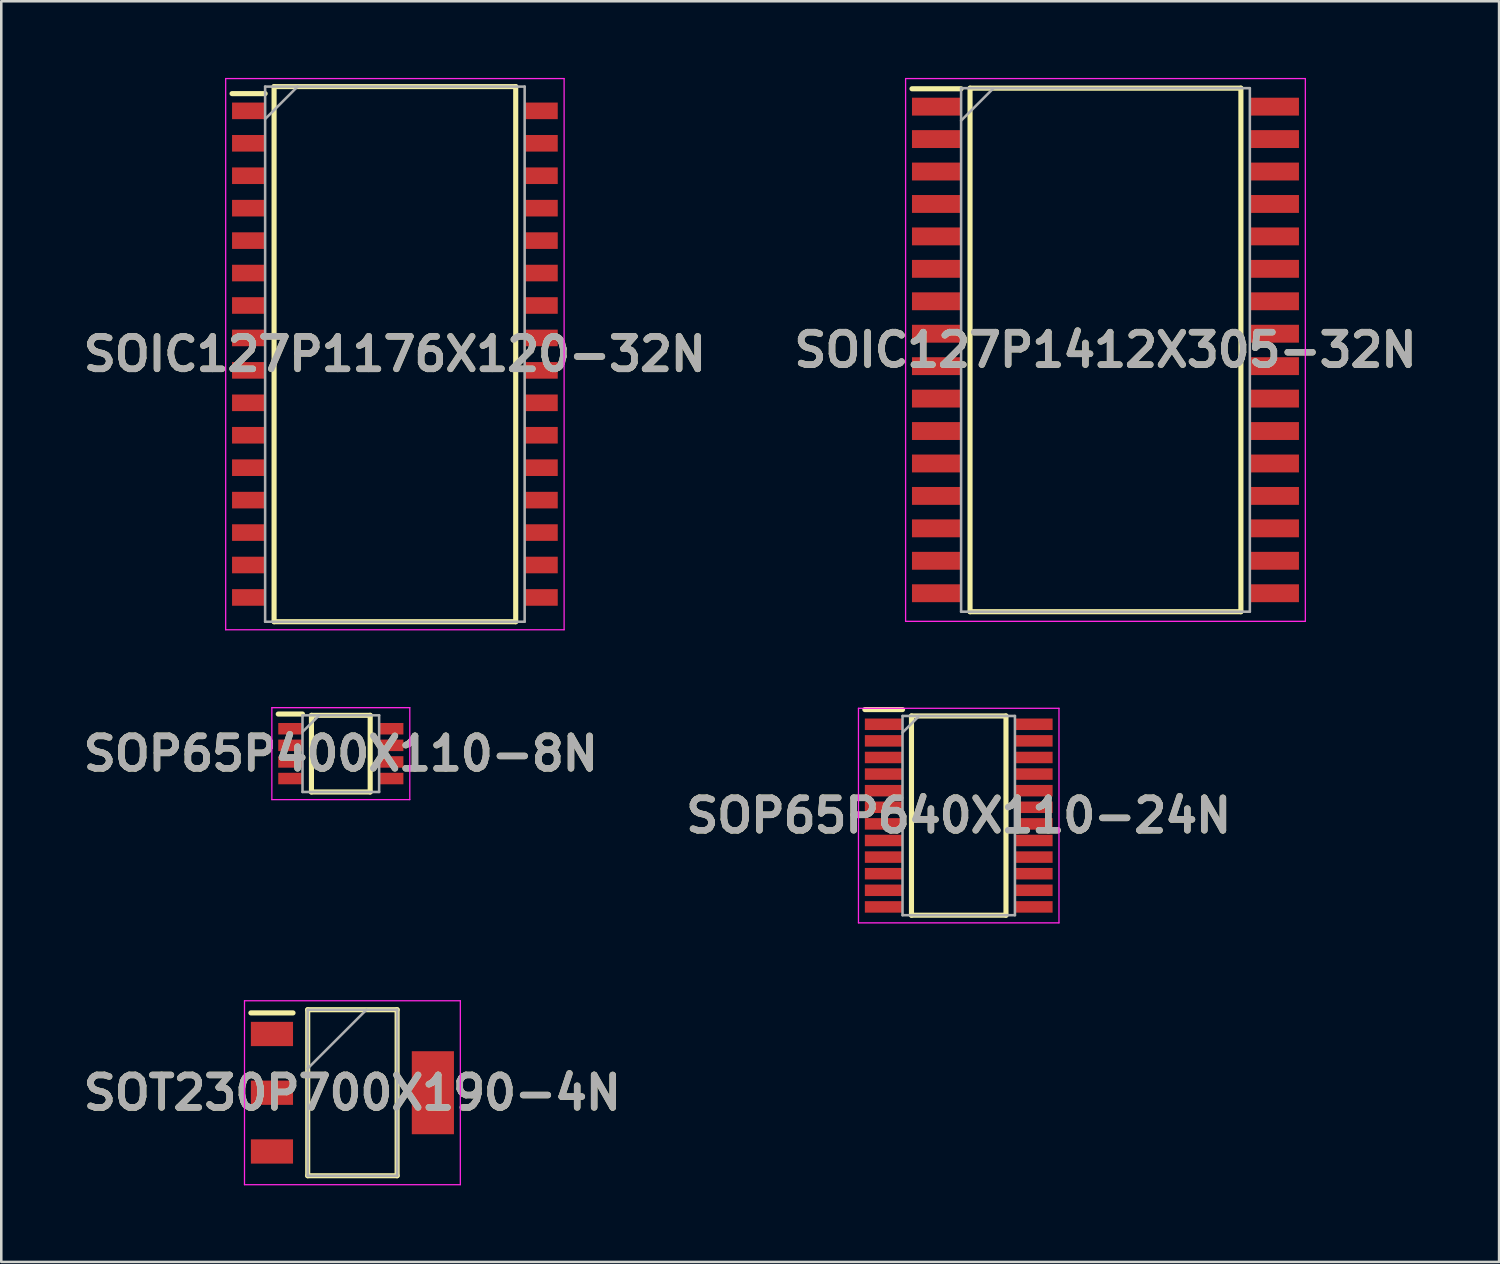
<source format=kicad_pcb>
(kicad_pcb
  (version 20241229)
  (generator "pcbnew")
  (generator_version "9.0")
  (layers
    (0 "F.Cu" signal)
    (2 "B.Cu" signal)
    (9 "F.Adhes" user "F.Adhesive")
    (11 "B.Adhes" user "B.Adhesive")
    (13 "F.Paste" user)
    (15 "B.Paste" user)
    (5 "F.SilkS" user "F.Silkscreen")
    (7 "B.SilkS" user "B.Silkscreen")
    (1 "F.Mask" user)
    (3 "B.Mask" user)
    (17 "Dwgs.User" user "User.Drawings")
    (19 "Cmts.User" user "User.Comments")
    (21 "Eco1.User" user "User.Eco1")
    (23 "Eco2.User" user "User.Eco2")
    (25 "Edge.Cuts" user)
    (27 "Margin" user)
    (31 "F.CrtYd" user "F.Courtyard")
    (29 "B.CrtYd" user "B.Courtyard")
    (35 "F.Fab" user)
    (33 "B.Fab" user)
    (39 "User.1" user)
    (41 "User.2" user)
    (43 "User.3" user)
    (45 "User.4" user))
  (footprint "SOP65P400X110-8N"
    (layer "F.Cu")
    (at 10.293 26.455)
    (property "Reference" "SOP65P400X110-8N" (at 0 0 0) (layer "F.SilkS") (effects (font (size 1.27 1.27) (thickness 0.254))))
    (attr smd)
    (fp_line (start -2.45 -1.55) (end -1.5 -1.55) (stroke (width 0.2) (type solid)) (layer "F.SilkS"))
    (fp_line (start -1.15 -1.5) (end 1.15 -1.5) (stroke (width 0.2) (type solid)) (layer "F.SilkS"))
    (fp_line (start -1.15 1.5) (end -1.15 -1.5) (stroke (width 0.2) (type solid)) (layer "F.SilkS"))
    (fp_line (start 1.15 -1.5) (end 1.15 1.5) (stroke (width 0.2) (type solid)) (layer "F.SilkS"))
    (fp_line (start 1.15 1.5) (end -1.15 1.5) (stroke (width 0.2) (type solid)) (layer "F.SilkS"))
    (fp_line (start -2.7 -1.8) (end 2.7 -1.8) (stroke (width 0.05) (type solid)) (layer "F.CrtYd"))
    (fp_line (start -2.7 1.8) (end -2.7 -1.8) (stroke (width 0.05) (type solid)) (layer "F.CrtYd"))
    (fp_line (start 2.7 -1.8) (end 2.7 1.8) (stroke (width 0.05) (type solid)) (layer "F.CrtYd"))
    (fp_line (start 2.7 1.8) (end -2.7 1.8) (stroke (width 0.05) (type solid)) (layer "F.CrtYd"))
    (fp_line (start -1.5 -1.5) (end 1.5 -1.5) (stroke (width 0.1) (type solid)) (layer "F.Fab"))
    (fp_line (start -1.5 -0.85) (end -0.85 -1.5) (stroke (width 0.1) (type solid)) (layer "F.Fab"))
    (fp_line (start -1.5 1.5) (end -1.5 -1.5) (stroke (width 0.1) (type solid)) (layer "F.Fab"))
    (fp_line (start 1.5 -1.5) (end 1.5 1.5) (stroke (width 0.1) (type solid)) (layer "F.Fab"))
    (fp_line (start 1.5 1.5) (end -1.5 1.5) (stroke (width 0.1) (type solid)) (layer "F.Fab"))
    (fp_text user "${REFERENCE}" (at 0 0 0) (layer "F.Fab") (effects (font (size 1.27 1.27) (thickness 0.254))))
    (pad "1" smd rect (at -1.975 -0.975 90) (size 0.45 0.95) (layers "F.Cu" "F.Mask" "F.Paste"))
    (pad "2" smd rect (at -1.975 -0.325 90) (size 0.45 0.95) (layers "F.Cu" "F.Mask" "F.Paste"))
    (pad "3" smd rect (at -1.975 0.325 90) (size 0.45 0.95) (layers "F.Cu" "F.Mask" "F.Paste"))
    (pad "4" smd rect (at -1.975 0.975 90) (size 0.45 0.95) (layers "F.Cu" "F.Mask" "F.Paste"))
    (pad "5" smd rect (at 1.975 0.975 90) (size 0.45 0.95) (layers "F.Cu" "F.Mask" "F.Paste"))
    (pad "6" smd rect (at 1.975 0.325 90) (size 0.45 0.95) (layers "F.Cu" "F.Mask" "F.Paste"))
    (pad "7" smd rect (at 1.975 -0.325 90) (size 0.45 0.95) (layers "F.Cu" "F.Mask" "F.Paste"))
    (pad "8" smd rect (at 1.975 -0.975 90) (size 0.45 0.95) (layers "F.Cu" "F.Mask" "F.Paste")))
  (footprint "SOT230P700X190-4N"
    (layer "F.Cu")
    (at 10.747 39.73)
    (property "Reference" "SOT230P700X190-4N" (at 0 0 0) (layer "F.SilkS") (effects (font (size 1.27 1.27) (thickness 0.254))))
    (attr smd)
    (fp_line (start -3.975 -3.125) (end -2.325 -3.125) (stroke (width 0.2) (type solid)) (layer "F.SilkS"))
    (fp_line (start -1.75 -3.25) (end 1.75 -3.25) (stroke (width 0.2) (type solid)) (layer "F.SilkS"))
    (fp_line (start -1.75 3.25) (end -1.75 -3.25) (stroke (width 0.2) (type solid)) (layer "F.SilkS"))
    (fp_line (start 1.75 -3.25) (end 1.75 3.25) (stroke (width 0.2) (type solid)) (layer "F.SilkS"))
    (fp_line (start 1.75 3.25) (end -1.75 3.25) (stroke (width 0.2) (type solid)) (layer "F.SilkS"))
    (fp_line (start -4.225 -3.6) (end 4.225 -3.6) (stroke (width 0.05) (type solid)) (layer "F.CrtYd"))
    (fp_line (start -4.225 3.6) (end -4.225 -3.6) (stroke (width 0.05) (type solid)) (layer "F.CrtYd"))
    (fp_line (start 4.225 -3.6) (end 4.225 3.6) (stroke (width 0.05) (type solid)) (layer "F.CrtYd"))
    (fp_line (start 4.225 3.6) (end -4.225 3.6) (stroke (width 0.05) (type solid)) (layer "F.CrtYd"))
    (fp_line (start -1.75 -3.25) (end 1.75 -3.25) (stroke (width 0.1) (type solid)) (layer "F.Fab"))
    (fp_line (start -1.75 -0.95) (end 0.55 -3.25) (stroke (width 0.1) (type solid)) (layer "F.Fab"))
    (fp_line (start -1.75 3.25) (end -1.75 -3.25) (stroke (width 0.1) (type solid)) (layer "F.Fab"))
    (fp_line (start 1.75 -3.25) (end 1.75 3.25) (stroke (width 0.1) (type solid)) (layer "F.Fab"))
    (fp_line (start 1.75 3.25) (end -1.75 3.25) (stroke (width 0.1) (type solid)) (layer "F.Fab"))
    (fp_text user "${REFERENCE}" (at 0 0 0) (layer "F.Fab") (effects (font (size 1.27 1.27) (thickness 0.254))))
    (pad "1" smd rect (at -3.15 -2.3 90) (size 0.95 1.65) (layers "F.Cu" "F.Mask" "F.Paste"))
    (pad "2" smd rect (at -3.15 0 90) (size 0.95 1.65) (layers "F.Cu" "F.Mask" "F.Paste"))
    (pad "3" smd rect (at -3.15 2.3 90) (size 0.95 1.65) (layers "F.Cu" "F.Mask" "F.Paste"))
    (pad "4" smd rect (at 3.15 0) (size 1.65 3.25) (layers "F.Cu" "F.Mask" "F.Paste")))
  (footprint "SOP65P640X110-24N"
    (layer "F.Cu")
    (at 34.484 28.88)
    (property "Reference" "SOP65P640X110-24N" (at 0 0 0) (layer "F.SilkS") (effects (font (size 1.27 1.27) (thickness 0.254))))
    (attr smd)
    (fp_line (start -3.675 -4.15) (end -2.2 -4.15) (stroke (width 0.2) (type solid)) (layer "F.SilkS"))
    (fp_line (start -1.85 -3.9) (end 1.85 -3.9) (stroke (width 0.2) (type solid)) (layer "F.SilkS"))
    (fp_line (start -1.85 3.9) (end -1.85 -3.9) (stroke (width 0.2) (type solid)) (layer "F.SilkS"))
    (fp_line (start 1.85 -3.9) (end 1.85 3.9) (stroke (width 0.2) (type solid)) (layer "F.SilkS"))
    (fp_line (start 1.85 3.9) (end -1.85 3.9) (stroke (width 0.2) (type solid)) (layer "F.SilkS"))
    (fp_line (start -3.925 -4.2) (end 3.925 -4.2) (stroke (width 0.05) (type solid)) (layer "F.CrtYd"))
    (fp_line (start -3.925 4.2) (end -3.925 -4.2) (stroke (width 0.05) (type solid)) (layer "F.CrtYd"))
    (fp_line (start 3.925 -4.2) (end 3.925 4.2) (stroke (width 0.05) (type solid)) (layer "F.CrtYd"))
    (fp_line (start 3.925 4.2) (end -3.925 4.2) (stroke (width 0.05) (type solid)) (layer "F.CrtYd"))
    (fp_line (start -2.2 -3.9) (end 2.2 -3.9) (stroke (width 0.1) (type solid)) (layer "F.Fab"))
    (fp_line (start -2.2 -3.25) (end -1.55 -3.9) (stroke (width 0.1) (type solid)) (layer "F.Fab"))
    (fp_line (start -2.2 3.9) (end -2.2 -3.9) (stroke (width 0.1) (type solid)) (layer "F.Fab"))
    (fp_line (start 2.2 -3.9) (end 2.2 3.9) (stroke (width 0.1) (type solid)) (layer "F.Fab"))
    (fp_line (start 2.2 3.9) (end -2.2 3.9) (stroke (width 0.1) (type solid)) (layer "F.Fab"))
    (fp_text user "${REFERENCE}" (at 0 0 0) (layer "F.Fab") (effects (font (size 1.27 1.27) (thickness 0.254))))
    (pad "1" smd rect (at -2.938 -3.575 90) (size 0.45 1.475) (layers "F.Cu" "F.Mask" "F.Paste"))
    (pad "2" smd rect (at -2.938 -2.925 90) (size 0.45 1.475) (layers "F.Cu" "F.Mask" "F.Paste"))
    (pad "3" smd rect (at -2.938 -2.275 90) (size 0.45 1.475) (layers "F.Cu" "F.Mask" "F.Paste"))
    (pad "4" smd rect (at -2.938 -1.625 90) (size 0.45 1.475) (layers "F.Cu" "F.Mask" "F.Paste"))
    (pad "5" smd rect (at -2.938 -0.975 90) (size 0.45 1.475) (layers "F.Cu" "F.Mask" "F.Paste"))
    (pad "6" smd rect (at -2.938 -0.325 90) (size 0.45 1.475) (layers "F.Cu" "F.Mask" "F.Paste"))
    (pad "7" smd rect (at -2.938 0.325 90) (size 0.45 1.475) (layers "F.Cu" "F.Mask" "F.Paste"))
    (pad "8" smd rect (at -2.938 0.975 90) (size 0.45 1.475) (layers "F.Cu" "F.Mask" "F.Paste"))
    (pad "9" smd rect (at -2.938 1.625 90) (size 0.45 1.475) (layers "F.Cu" "F.Mask" "F.Paste"))
    (pad "10" smd rect (at -2.938 2.275 90) (size 0.45 1.475) (layers "F.Cu" "F.Mask" "F.Paste"))
    (pad "11" smd rect (at -2.938 2.925 90) (size 0.45 1.475) (layers "F.Cu" "F.Mask" "F.Paste"))
    (pad "12" smd rect (at -2.938 3.575 90) (size 0.45 1.475) (layers "F.Cu" "F.Mask" "F.Paste"))
    (pad "13" smd rect (at 2.938 3.575 90) (size 0.45 1.475) (layers "F.Cu" "F.Mask" "F.Paste"))
    (pad "14" smd rect (at 2.938 2.925 90) (size 0.45 1.475) (layers "F.Cu" "F.Mask" "F.Paste"))
    (pad "15" smd rect (at 2.938 2.275 90) (size 0.45 1.475) (layers "F.Cu" "F.Mask" "F.Paste"))
    (pad "16" smd rect (at 2.938 1.625 90) (size 0.45 1.475) (layers "F.Cu" "F.Mask" "F.Paste"))
    (pad "17" smd rect (at 2.938 0.975 90) (size 0.45 1.475) (layers "F.Cu" "F.Mask" "F.Paste"))
    (pad "18" smd rect (at 2.938 0.325 90) (size 0.45 1.475) (layers "F.Cu" "F.Mask" "F.Paste"))
    (pad "19" smd rect (at 2.938 -0.325 90) (size 0.45 1.475) (layers "F.Cu" "F.Mask" "F.Paste"))
    (pad "20" smd rect (at 2.938 -0.975 90) (size 0.45 1.475) (layers "F.Cu" "F.Mask" "F.Paste"))
    (pad "21" smd rect (at 2.938 -1.625 90) (size 0.45 1.475) (layers "F.Cu" "F.Mask" "F.Paste"))
    (pad "22" smd rect (at 2.938 -2.275 90) (size 0.45 1.475) (layers "F.Cu" "F.Mask" "F.Paste"))
    (pad "23" smd rect (at 2.938 -2.925 90) (size 0.45 1.475) (layers "F.Cu" "F.Mask" "F.Paste"))
    (pad "24" smd rect (at 2.938 -3.575 90) (size 0.45 1.475) (layers "F.Cu" "F.Mask" "F.Paste")))
  (footprint "SOIC127P1176X120-32N"
    (layer "F.Cu")
    (at 12.41 10.815)
    (property "Reference" "SOIC127P1176X120-32N" (at 0 0 0) (layer "F.SilkS") (effects (font (size 1.27 1.27) (thickness 0.254))))
    (attr smd)
    (fp_line (start -6.375 -10.2) (end -5.08 -10.2) (stroke (width 0.2) (type solid)) (layer "F.SilkS"))
    (fp_line (start -4.73 -10.475) (end 4.73 -10.475) (stroke (width 0.2) (type solid)) (layer "F.SilkS"))
    (fp_line (start -4.73 10.475) (end -4.73 -10.475) (stroke (width 0.2) (type solid)) (layer "F.SilkS"))
    (fp_line (start 4.73 -10.475) (end 4.73 10.475) (stroke (width 0.2) (type solid)) (layer "F.SilkS"))
    (fp_line (start 4.73 10.475) (end -4.73 10.475) (stroke (width 0.2) (type solid)) (layer "F.SilkS"))
    (fp_line (start -6.625 -10.79) (end 6.625 -10.79) (stroke (width 0.05) (type solid)) (layer "F.CrtYd"))
    (fp_line (start -6.625 10.79) (end -6.625 -10.79) (stroke (width 0.05) (type solid)) (layer "F.CrtYd"))
    (fp_line (start 6.625 -10.79) (end 6.625 10.79) (stroke (width 0.05) (type solid)) (layer "F.CrtYd"))
    (fp_line (start 6.625 10.79) (end -6.625 10.79) (stroke (width 0.05) (type solid)) (layer "F.CrtYd"))
    (fp_line (start -5.08 -10.475) (end 5.08 -10.475) (stroke (width 0.1) (type solid)) (layer "F.Fab"))
    (fp_line (start -5.08 -9.205) (end -3.81 -10.475) (stroke (width 0.1) (type solid)) (layer "F.Fab"))
    (fp_line (start -5.08 10.475) (end -5.08 -10.475) (stroke (width 0.1) (type solid)) (layer "F.Fab"))
    (fp_line (start 5.08 -10.475) (end 5.08 10.475) (stroke (width 0.1) (type solid)) (layer "F.Fab"))
    (fp_line (start 5.08 10.475) (end -5.08 10.475) (stroke (width 0.1) (type solid)) (layer "F.Fab"))
    (fp_text user "${REFERENCE}" (at 0 0 0) (layer "F.Fab") (effects (font (size 1.27 1.27) (thickness 0.254))))
    (pad "1" smd rect (at -5.728 -9.525 90) (size 0.65 1.295) (layers "F.Cu" "F.Mask" "F.Paste"))
    (pad "2" smd rect (at -5.728 -8.255 90) (size 0.65 1.295) (layers "F.Cu" "F.Mask" "F.Paste"))
    (pad "3" smd rect (at -5.728 -6.985 90) (size 0.65 1.295) (layers "F.Cu" "F.Mask" "F.Paste"))
    (pad "4" smd rect (at -5.728 -5.715 90) (size 0.65 1.295) (layers "F.Cu" "F.Mask" "F.Paste"))
    (pad "5" smd rect (at -5.728 -4.445 90) (size 0.65 1.295) (layers "F.Cu" "F.Mask" "F.Paste"))
    (pad "6" smd rect (at -5.728 -3.175 90) (size 0.65 1.295) (layers "F.Cu" "F.Mask" "F.Paste"))
    (pad "7" smd rect (at -5.728 -1.905 90) (size 0.65 1.295) (layers "F.Cu" "F.Mask" "F.Paste"))
    (pad "8" smd rect (at -5.728 -0.635 90) (size 0.65 1.295) (layers "F.Cu" "F.Mask" "F.Paste"))
    (pad "9" smd rect (at -5.728 0.635 90) (size 0.65 1.295) (layers "F.Cu" "F.Mask" "F.Paste"))
    (pad "10" smd rect (at -5.728 1.905 90) (size 0.65 1.295) (layers "F.Cu" "F.Mask" "F.Paste"))
    (pad "11" smd rect (at -5.728 3.175 90) (size 0.65 1.295) (layers "F.Cu" "F.Mask" "F.Paste"))
    (pad "12" smd rect (at -5.728 4.445 90) (size 0.65 1.295) (layers "F.Cu" "F.Mask" "F.Paste"))
    (pad "13" smd rect (at -5.728 5.715 90) (size 0.65 1.295) (layers "F.Cu" "F.Mask" "F.Paste"))
    (pad "14" smd rect (at -5.728 6.985 90) (size 0.65 1.295) (layers "F.Cu" "F.Mask" "F.Paste"))
    (pad "15" smd rect (at -5.728 8.255 90) (size 0.65 1.295) (layers "F.Cu" "F.Mask" "F.Paste"))
    (pad "16" smd rect (at -5.728 9.525 90) (size 0.65 1.295) (layers "F.Cu" "F.Mask" "F.Paste"))
    (pad "17" smd rect (at 5.728 9.525 90) (size 0.65 1.295) (layers "F.Cu" "F.Mask" "F.Paste"))
    (pad "18" smd rect (at 5.728 8.255 90) (size 0.65 1.295) (layers "F.Cu" "F.Mask" "F.Paste"))
    (pad "19" smd rect (at 5.728 6.985 90) (size 0.65 1.295) (layers "F.Cu" "F.Mask" "F.Paste"))
    (pad "20" smd rect (at 5.728 5.715 90) (size 0.65 1.295) (layers "F.Cu" "F.Mask" "F.Paste"))
    (pad "21" smd rect (at 5.728 4.445 90) (size 0.65 1.295) (layers "F.Cu" "F.Mask" "F.Paste"))
    (pad "22" smd rect (at 5.728 3.175 90) (size 0.65 1.295) (layers "F.Cu" "F.Mask" "F.Paste"))
    (pad "23" smd rect (at 5.728 1.905 90) (size 0.65 1.295) (layers "F.Cu" "F.Mask" "F.Paste"))
    (pad "24" smd rect (at 5.728 0.635 90) (size 0.65 1.295) (layers "F.Cu" "F.Mask" "F.Paste"))
    (pad "25" smd rect (at 5.728 -0.635 90) (size 0.65 1.295) (layers "F.Cu" "F.Mask" "F.Paste"))
    (pad "26" smd rect (at 5.728 -1.905 90) (size 0.65 1.295) (layers "F.Cu" "F.Mask" "F.Paste"))
    (pad "27" smd rect (at 5.728 -3.175 90) (size 0.65 1.295) (layers "F.Cu" "F.Mask" "F.Paste"))
    (pad "28" smd rect (at 5.728 -4.445 90) (size 0.65 1.295) (layers "F.Cu" "F.Mask" "F.Paste"))
    (pad "29" smd rect (at 5.728 -5.715 90) (size 0.65 1.295) (layers "F.Cu" "F.Mask" "F.Paste"))
    (pad "30" smd rect (at 5.728 -6.985 90) (size 0.65 1.295) (layers "F.Cu" "F.Mask" "F.Paste"))
    (pad "31" smd rect (at 5.728 -8.255 90) (size 0.65 1.295) (layers "F.Cu" "F.Mask" "F.Paste"))
    (pad "32" smd rect (at 5.728 -9.525 90) (size 0.65 1.295) (layers "F.Cu" "F.Mask" "F.Paste")))
  (footprint "SOIC127P1412X305-32N"
    (layer "F.Cu")
    (at 40.229 10.65)
    (property "Reference" "SOIC127P1412X305-32N" (at 0 0 0) (layer "F.SilkS") (effects (font (size 1.27 1.27) (thickness 0.254))))
    (attr smd)
    (fp_line (start -7.575 -10.225) (end -5.652 -10.225) (stroke (width 0.2) (type solid)) (layer "F.SilkS"))
    (fp_line (start -5.302 -10.248) (end 5.302 -10.248) (stroke (width 0.2) (type solid)) (layer "F.SilkS"))
    (fp_line (start -5.302 10.248) (end -5.302 -10.248) (stroke (width 0.2) (type solid)) (layer "F.SilkS"))
    (fp_line (start 5.302 -10.248) (end 5.302 10.248) (stroke (width 0.2) (type solid)) (layer "F.SilkS"))
    (fp_line (start 5.302 10.248) (end -5.302 10.248) (stroke (width 0.2) (type solid)) (layer "F.SilkS"))
    (fp_line (start -7.825 -10.625) (end 7.825 -10.625) (stroke (width 0.05) (type solid)) (layer "F.CrtYd"))
    (fp_line (start -7.825 10.625) (end -7.825 -10.625) (stroke (width 0.05) (type solid)) (layer "F.CrtYd"))
    (fp_line (start 7.825 -10.625) (end 7.825 10.625) (stroke (width 0.05) (type solid)) (layer "F.CrtYd"))
    (fp_line (start 7.825 10.625) (end -7.825 10.625) (stroke (width 0.05) (type solid)) (layer "F.CrtYd"))
    (fp_line (start -5.652 -10.248) (end 5.652 -10.248) (stroke (width 0.1) (type solid)) (layer "F.Fab"))
    (fp_line (start -5.652 -8.978) (end -4.382 -10.248) (stroke (width 0.1) (type solid)) (layer "F.Fab"))
    (fp_line (start -5.652 10.248) (end -5.652 -10.248) (stroke (width 0.1) (type solid)) (layer "F.Fab"))
    (fp_line (start 5.652 -10.248) (end 5.652 10.248) (stroke (width 0.1) (type solid)) (layer "F.Fab"))
    (fp_line (start 5.652 10.248) (end -5.652 10.248) (stroke (width 0.1) (type solid)) (layer "F.Fab"))
    (fp_text user "${REFERENCE}" (at 0 0 0) (layer "F.Fab") (effects (font (size 1.27 1.27) (thickness 0.254))))
    (pad "1" smd rect (at -6.614 -9.525 90) (size 0.7 1.922) (layers "F.Cu" "F.Mask" "F.Paste"))
    (pad "2" smd rect (at -6.614 -8.255 90) (size 0.7 1.922) (layers "F.Cu" "F.Mask" "F.Paste"))
    (pad "3" smd rect (at -6.614 -6.985 90) (size 0.7 1.922) (layers "F.Cu" "F.Mask" "F.Paste"))
    (pad "4" smd rect (at -6.614 -5.715 90) (size 0.7 1.922) (layers "F.Cu" "F.Mask" "F.Paste"))
    (pad "5" smd rect (at -6.614 -4.445 90) (size 0.7 1.922) (layers "F.Cu" "F.Mask" "F.Paste"))
    (pad "6" smd rect (at -6.614 -3.175 90) (size 0.7 1.922) (layers "F.Cu" "F.Mask" "F.Paste"))
    (pad "7" smd rect (at -6.614 -1.905 90) (size 0.7 1.922) (layers "F.Cu" "F.Mask" "F.Paste"))
    (pad "8" smd rect (at -6.614 -0.635 90) (size 0.7 1.922) (layers "F.Cu" "F.Mask" "F.Paste"))
    (pad "9" smd rect (at -6.614 0.635 90) (size 0.7 1.922) (layers "F.Cu" "F.Mask" "F.Paste"))
    (pad "10" smd rect (at -6.614 1.905 90) (size 0.7 1.922) (layers "F.Cu" "F.Mask" "F.Paste"))
    (pad "11" smd rect (at -6.614 3.175 90) (size 0.7 1.922) (layers "F.Cu" "F.Mask" "F.Paste"))
    (pad "12" smd rect (at -6.614 4.445 90) (size 0.7 1.922) (layers "F.Cu" "F.Mask" "F.Paste"))
    (pad "13" smd rect (at -6.614 5.715 90) (size 0.7 1.922) (layers "F.Cu" "F.Mask" "F.Paste"))
    (pad "14" smd rect (at -6.614 6.985 90) (size 0.7 1.922) (layers "F.Cu" "F.Mask" "F.Paste"))
    (pad "15" smd rect (at -6.614 8.255 90) (size 0.7 1.922) (layers "F.Cu" "F.Mask" "F.Paste"))
    (pad "16" smd rect (at -6.614 9.525 90) (size 0.7 1.922) (layers "F.Cu" "F.Mask" "F.Paste"))
    (pad "17" smd rect (at 6.614 9.525 90) (size 0.7 1.922) (layers "F.Cu" "F.Mask" "F.Paste"))
    (pad "18" smd rect (at 6.614 8.255 90) (size 0.7 1.922) (layers "F.Cu" "F.Mask" "F.Paste"))
    (pad "19" smd rect (at 6.614 6.985 90) (size 0.7 1.922) (layers "F.Cu" "F.Mask" "F.Paste"))
    (pad "20" smd rect (at 6.614 5.715 90) (size 0.7 1.922) (layers "F.Cu" "F.Mask" "F.Paste"))
    (pad "21" smd rect (at 6.614 4.445 90) (size 0.7 1.922) (layers "F.Cu" "F.Mask" "F.Paste"))
    (pad "22" smd rect (at 6.614 3.175 90) (size 0.7 1.922) (layers "F.Cu" "F.Mask" "F.Paste"))
    (pad "23" smd rect (at 6.614 1.905 90) (size 0.7 1.922) (layers "F.Cu" "F.Mask" "F.Paste"))
    (pad "24" smd rect (at 6.614 0.635 90) (size 0.7 1.922) (layers "F.Cu" "F.Mask" "F.Paste"))
    (pad "25" smd rect (at 6.614 -0.635 90) (size 0.7 1.922) (layers "F.Cu" "F.Mask" "F.Paste"))
    (pad "26" smd rect (at 6.614 -1.905 90) (size 0.7 1.922) (layers "F.Cu" "F.Mask" "F.Paste"))
    (pad "27" smd rect (at 6.614 -3.175 90) (size 0.7 1.922) (layers "F.Cu" "F.Mask" "F.Paste"))
    (pad "28" smd rect (at 6.614 -4.445 90) (size 0.7 1.922) (layers "F.Cu" "F.Mask" "F.Paste"))
    (pad "29" smd rect (at 6.614 -5.715 90) (size 0.7 1.922) (layers "F.Cu" "F.Mask" "F.Paste"))
    (pad "30" smd rect (at 6.614 -6.985 90) (size 0.7 1.922) (layers "F.Cu" "F.Mask" "F.Paste"))
    (pad "31" smd rect (at 6.614 -8.255 90) (size 0.7 1.922) (layers "F.Cu" "F.Mask" "F.Paste"))
    (pad "32" smd rect (at 6.614 -9.525 90) (size 0.7 1.922) (layers "F.Cu" "F.Mask" "F.Paste")))
  (gr_rect
    (start -3 -3)
    (end 55.639 46.355)
    (stroke (width 0.1) (type default))
    (fill no)
    (layer "Edge.Cuts")))
</source>
